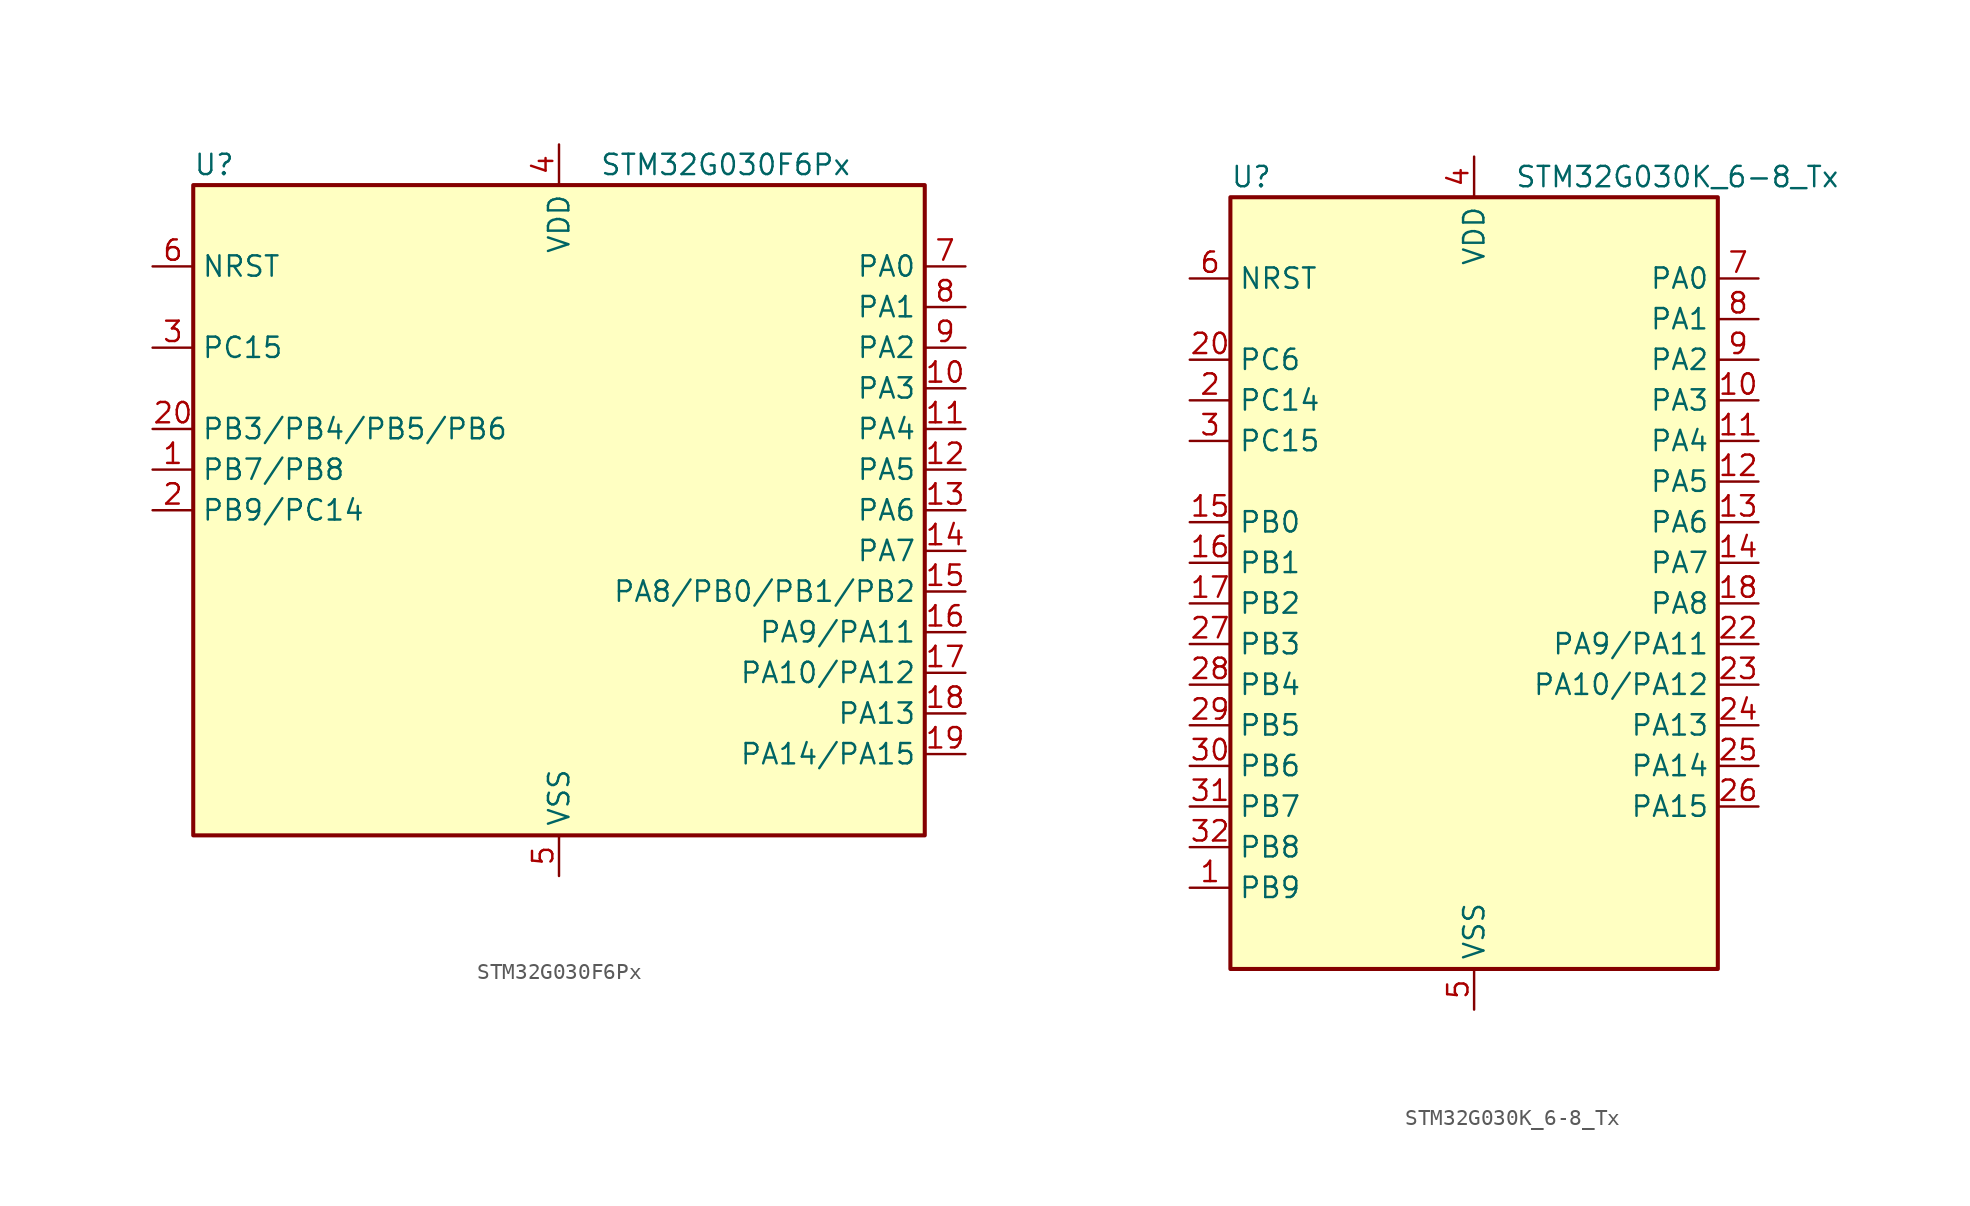
<source format=kicad_sym>
(kicad_symbol_lib
  (version 20231120)
  (generator "kicad-library-utils")
  (generator_version "8.0")
  (symbol "STM32G030F6Px"
    (property "Reference" "U"
      (at -22.86 21.59 0)
      (effects (font (size 1.27 1.27)) (justify left)))
    (property "Value" "STM32G030F6Px"
      (at 2.54 21.59 0)
      (effects (font (size 1.27 1.27)) (justify left)))
    (symbol "STM32G030F6Px_0_1"
      (rectangle (start -22.86 -20.32) (end 22.86 20.32) (stroke (width 0.254) (type default)) (fill (type background))))
    (symbol "STM32G030F6Px_1_1"
      (pin bidirectional line (at -25.4 2.54 0) (length 2.54) (name "PB7/PB8" (effects (font (size 1.27 1.27)))) (number "1" (effects (font (size 1.27 1.27)))) (alternate "PB7" bidirectional line) (alternate "ADC1_IN11 (PB7)" bidirectional line) (alternate "I2C1_SDA (PB7)" bidirectional line) (alternate "SPI2_MOSI (PB7)" bidirectional line) (alternate "SYS_PVD_IN (PB7)" bidirectional line) (alternate "TIM17_CH1N (PB7)" bidirectional line) (alternate "USART1_RX (PB7)" bidirectional line) (alternate "PB8" bidirectional line) (alternate "I2C1_SCL (PB8)" bidirectional line) (alternate "SPI2_SCK (PB8)" bidirectional line) (alternate "TIM16_CH1 (PB8)" bidirectional line))
      (pin bidirectional line (at 25.4 7.62 180) (length 2.54) (name "PA3" (effects (font (size 1.27 1.27)))) (number "10" (effects (font (size 1.27 1.27)))) (alternate "ADC1_IN3" bidirectional line) (alternate "SPI2_MISO" bidirectional line) (alternate "USART2_RX" bidirectional line))
      (pin bidirectional line (at 25.4 5.08 180) (length 2.54) (name "PA4" (effects (font (size 1.27 1.27)))) (number "11" (effects (font (size 1.27 1.27)))) (alternate "ADC1_IN4" bidirectional line) (alternate "I2S1_WS" bidirectional line) (alternate "RTC_OUT_ALARM" bidirectional line) (alternate "RTC_OUT_CALIB" bidirectional line) (alternate "RTC_TAMP_IN1" bidirectional line) (alternate "RTC_TS" bidirectional line) (alternate "SPI1_NSS" bidirectional line) (alternate "SPI2_MOSI" bidirectional line) (alternate "SYS_WKUP2" bidirectional line) (alternate "TIM14_CH1" bidirectional line))
      (pin bidirectional line (at 25.4 2.54 180) (length 2.54) (name "PA5" (effects (font (size 1.27 1.27)))) (number "12" (effects (font (size 1.27 1.27)))) (alternate "ADC1_IN5" bidirectional line) (alternate "I2S1_CK" bidirectional line) (alternate "SPI1_SCK" bidirectional line))
      (pin bidirectional line (at 25.4 0 180) (length 2.54) (name "PA6" (effects (font (size 1.27 1.27)))) (number "13" (effects (font (size 1.27 1.27)))) (alternate "ADC1_IN6" bidirectional line) (alternate "I2S1_MCK" bidirectional line) (alternate "SPI1_MISO" bidirectional line) (alternate "TIM16_CH1" bidirectional line) (alternate "TIM1_BK" bidirectional line) (alternate "TIM3_CH1" bidirectional line))
      (pin bidirectional line (at 25.4 -2.54 180) (length 2.54) (name "PA7" (effects (font (size 1.27 1.27)))) (number "14" (effects (font (size 1.27 1.27)))) (alternate "ADC1_IN7" bidirectional line) (alternate "I2S1_SD" bidirectional line) (alternate "SPI1_MOSI" bidirectional line) (alternate "TIM14_CH1" bidirectional line) (alternate "TIM17_CH1" bidirectional line) (alternate "TIM1_CH1N" bidirectional line) (alternate "TIM3_CH2" bidirectional line))
      (pin bidirectional line (at 25.4 -5.08 180) (length 2.54) (name "PA8/PB0/PB1/PB2" (effects (font (size 1.27 1.27)))) (number "15" (effects (font (size 1.27 1.27)))) (alternate "PA8" bidirectional line) (alternate "RCC_MCO (PA8)" bidirectional line) (alternate "SPI2_NSS (PA8)" bidirectional line) (alternate "TIM1_CH1 (PA8)" bidirectional line) (alternate "PB0" bidirectional line) (alternate "ADC1_IN8 (PB0)" bidirectional line) (alternate "I2S1_WS (PB0)" bidirectional line) (alternate "SPI1_NSS (PB0)" bidirectional line) (alternate "TIM1_CH2N (PB0)" bidirectional line) (alternate "TIM3_CH3 (PB0)" bidirectional line) (alternate "PB1" bidirectional line) (alternate "ADC1_IN9 (PB1)" bidirectional line) (alternate "TIM14_CH1 (PB1)" bidirectional line) (alternate "TIM1_CH3N (PB1)" bidirectional line) (alternate "TIM3_CH4 (PB1)" bidirectional line) (alternate "PB2" bidirectional line) (alternate "ADC1_IN10 (PB2)" bidirectional line) (alternate "SPI2_MISO (PB2)" bidirectional line))
      (pin bidirectional line (at 25.4 -7.62 180) (length 2.54) (name "PA9/PA11" (effects (font (size 1.27 1.27)))) (number "16" (effects (font (size 1.27 1.27)))) (alternate "PA9" bidirectional line) (alternate "I2C1_SCL (PA9)" bidirectional line) (alternate "RCC_MCO (PA9)" bidirectional line) (alternate "SPI2_MISO (PA9)" bidirectional line) (alternate "TIM1_CH2 (PA9)" bidirectional line) (alternate "USART1_TX (PA9)" bidirectional line) (alternate "PA11" bidirectional line) (alternate "ADC1_EXTI11 (PA11)" bidirectional line) (alternate "ADC1_IN15 (PA11)" bidirectional line) (alternate "I2C2_SCL (PA11)" bidirectional line) (alternate "I2S1_MCK (PA11)" bidirectional line) (alternate "SPI1_MISO (PA11)" bidirectional line) (alternate "TIM1_BK2 (PA11)" bidirectional line) (alternate "TIM1_CH4 (PA11)" bidirectional line) (alternate "USART1_CTS (PA11)" bidirectional line) (alternate "USART1_NSS (PA11)" bidirectional line))
      (pin bidirectional line (at 25.4 -10.16 180) (length 2.54) (name "PA10/PA12" (effects (font (size 1.27 1.27)))) (number "17" (effects (font (size 1.27 1.27)))) (alternate "PA10" bidirectional line) (alternate "I2C1_SDA (PA10)" bidirectional line) (alternate "SPI2_MOSI (PA10)" bidirectional line) (alternate "TIM17_BK (PA10)" bidirectional line) (alternate "TIM1_CH3 (PA10)" bidirectional line) (alternate "USART1_RX (PA10)" bidirectional line) (alternate "PA12" bidirectional line) (alternate "ADC1_IN16 (PA12)" bidirectional line) (alternate "I2C2_SDA (PA12)" bidirectional line) (alternate "I2S1_SD (PA12)" bidirectional line) (alternate "I2S_CKIN (PA12)" bidirectional line) (alternate "SPI1_MOSI (PA12)" bidirectional line) (alternate "TIM1_ETR (PA12)" bidirectional line) (alternate "USART1_CK (PA12)" bidirectional line) (alternate "USART1_DE (PA12)" bidirectional line) (alternate "USART1_RTS (PA12)" bidirectional line))
      (pin bidirectional line (at 25.4 -12.7 180) (length 2.54) (name "PA13" (effects (font (size 1.27 1.27)))) (number "18" (effects (font (size 1.27 1.27)))) (alternate "ADC1_IN17" bidirectional line) (alternate "IR_OUT" bidirectional line) (alternate "SYS_SWDIO" bidirectional line))
      (pin bidirectional line (at 25.4 -15.24 180) (length 2.54) (name "PA14/PA15" (effects (font (size 1.27 1.27)))) (number "19" (effects (font (size 1.27 1.27)))) (alternate "PA14" bidirectional line) (alternate "ADC1_IN18 (PA14)" bidirectional line) (alternate "SYS_SWCLK (PA14)" bidirectional line) (alternate "USART2_TX (PA14)" bidirectional line) (alternate "PA15" bidirectional line) (alternate "I2S1_WS (PA15)" bidirectional line) (alternate "SPI1_NSS (PA15)" bidirectional line) (alternate "USART2_RX (PA15)" bidirectional line))
      (pin bidirectional line (at -25.4 0 0) (length 2.54) (name "PB9/PC14" (effects (font (size 1.27 1.27)))) (number "2" (effects (font (size 1.27 1.27)))) (alternate "PB9" bidirectional line) (alternate "I2C1_SDA (PB9)" bidirectional line) (alternate "IR_OUT (PB9)" bidirectional line) (alternate "SPI2_NSS (PB9)" bidirectional line) (alternate "TIM17_CH1 (PB9)" bidirectional line) (alternate "PC14" bidirectional line) (alternate "RCC_OSC32_IN (PC14)" bidirectional line) (alternate "RCC_OSC_IN (PC14)" bidirectional line) (alternate "TIM1_BK2 (PC14)" bidirectional line))
      (pin bidirectional line (at -25.4 5.08 0) (length 2.54) (name "PB3/PB4/PB5/PB6" (effects (font (size 1.27 1.27)))) (number "20" (effects (font (size 1.27 1.27)))) (alternate "PB3" bidirectional line) (alternate "I2S1_CK (PB3)" bidirectional line) (alternate "SPI1_SCK (PB3)" bidirectional line) (alternate "TIM1_CH2 (PB3)" bidirectional line) (alternate "USART1_CK (PB3)" bidirectional line) (alternate "USART1_DE (PB3)" bidirectional line) (alternate "USART1_RTS (PB3)" bidirectional line) (alternate "PB4" bidirectional line) (alternate "I2S1_MCK (PB4)" bidirectional line) (alternate "SPI1_MISO (PB4)" bidirectional line) (alternate "TIM17_BK (PB4)" bidirectional line) (alternate "TIM3_CH1 (PB4)" bidirectional line) (alternate "USART1_CTS (PB4)" bidirectional line) (alternate "USART1_NSS (PB4)" bidirectional line) (alternate "PB5" bidirectional line) (alternate "I2C1_SMBA (PB5)" bidirectional line) (alternate "I2S1_SD (PB5)" bidirectional line) (alternate "SPI1_MOSI (PB5)" bidirectional line) (alternate "SYS_WKUP6 (PB5)" bidirectional line) (alternate "TIM16_BK (PB5)" bidirectional line) (alternate "TIM3_CH2 (PB5)" bidirectional line) (alternate "PB6" bidirectional line) (alternate "I2C1_SCL (PB6)" bidirectional line) (alternate "SPI2_MISO (PB6)" bidirectional line) (alternate "TIM16_CH1N (PB6)" bidirectional line) (alternate "TIM1_CH3 (PB6)" bidirectional line) (alternate "USART1_TX (PB6)" bidirectional line))
      (pin bidirectional line (at -25.4 10.16 0) (length 2.54) (name "PC15" (effects (font (size 1.27 1.27)))) (number "3" (effects (font (size 1.27 1.27)))) (alternate "RCC_OSC32_EN" bidirectional line) (alternate "RCC_OSC32_OUT" bidirectional line) (alternate "RCC_OSC_EN" bidirectional line))
      (pin power_in line (at 0 22.86 270) (length 2.54) (name "VDD" (effects (font (size 1.27 1.27)))) (number "4" (effects (font (size 1.27 1.27)))))
      (pin power_in line (at 0 -22.86 90) (length 2.54) (name "VSS" (effects (font (size 1.27 1.27)))) (number "5" (effects (font (size 1.27 1.27)))))
      (pin input line (at -25.4 15.24 0) (length 2.54) (name "NRST" (effects (font (size 1.27 1.27)))) (number "6" (effects (font (size 1.27 1.27)))))
      (pin bidirectional line (at 25.4 15.24 180) (length 2.54) (name "PA0" (effects (font (size 1.27 1.27)))) (number "7" (effects (font (size 1.27 1.27)))) (alternate "ADC1_IN0" bidirectional line) (alternate "RTC_TAMP_IN2" bidirectional line) (alternate "SPI2_SCK" bidirectional line) (alternate "SYS_WKUP1" bidirectional line) (alternate "USART2_CTS" bidirectional line) (alternate "USART2_NSS" bidirectional line))
      (pin bidirectional line (at 25.4 12.7 180) (length 2.54) (name "PA1" (effects (font (size 1.27 1.27)))) (number "8" (effects (font (size 1.27 1.27)))) (alternate "ADC1_IN1" bidirectional line) (alternate "I2C1_SMBA" bidirectional line) (alternate "I2S1_CK" bidirectional line) (alternate "SPI1_SCK" bidirectional line) (alternate "USART2_CK" bidirectional line) (alternate "USART2_DE" bidirectional line) (alternate "USART2_RTS" bidirectional line))
      (pin bidirectional line (at 25.4 10.16 180) (length 2.54) (name "PA2" (effects (font (size 1.27 1.27)))) (number "9" (effects (font (size 1.27 1.27)))) (alternate "ADC1_IN2" bidirectional line) (alternate "I2S1_SD" bidirectional line) (alternate "RCC_LSCO" bidirectional line) (alternate "SPI1_MOSI" bidirectional line) (alternate "SYS_WKUP4" bidirectional line) (alternate "USART2_TX" bidirectional line))))
  (symbol "STM32G030K_6-8_Tx"
    (property "Reference" "U"
      (at -15.24 26.67 0)
      (effects (font (size 1.27 1.27)) (justify left)))
    (property "Value" "STM32G030K_6-8_Tx"
      (at 2.54 26.67 0)
      (effects (font (size 1.27 1.27)) (justify left)))
    (symbol "STM32G030K_6-8_Tx_0_1"
      (rectangle (start -15.24 -22.86) (end 15.24 25.4) (stroke (width 0.254) (type default)) (fill (type background))))
    (symbol "STM32G030K_6-8_Tx_1_1"
      (pin bidirectional line (at -17.78 -17.78 0) (length 2.54) (name "PB9" (effects (font (size 1.27 1.27)))) (number "1" (effects (font (size 1.27 1.27)))) (alternate "I2C1_SDA" bidirectional line) (alternate "IR_OUT" bidirectional line) (alternate "SPI2_NSS" bidirectional line) (alternate "TIM17_CH1" bidirectional line))
      (pin bidirectional line (at 17.78 12.7 180) (length 2.54) (name "PA3" (effects (font (size 1.27 1.27)))) (number "10" (effects (font (size 1.27 1.27)))) (alternate "ADC1_IN3" bidirectional line) (alternate "SPI2_MISO" bidirectional line) (alternate "USART2_RX" bidirectional line))
      (pin bidirectional line (at 17.78 10.16 180) (length 2.54) (name "PA4" (effects (font (size 1.27 1.27)))) (number "11" (effects (font (size 1.27 1.27)))) (alternate "ADC1_IN4" bidirectional line) (alternate "I2S1_WS" bidirectional line) (alternate "RTC_OUT_ALARM" bidirectional line) (alternate "RTC_OUT_CALIB" bidirectional line) (alternate "RTC_TAMP_IN1" bidirectional line) (alternate "RTC_TS" bidirectional line) (alternate "SPI1_NSS" bidirectional line) (alternate "SPI2_MOSI" bidirectional line) (alternate "SYS_WKUP2" bidirectional line) (alternate "TIM14_CH1" bidirectional line))
      (pin bidirectional line (at 17.78 7.62 180) (length 2.54) (name "PA5" (effects (font (size 1.27 1.27)))) (number "12" (effects (font (size 1.27 1.27)))) (alternate "ADC1_IN5" bidirectional line) (alternate "I2S1_CK" bidirectional line) (alternate "SPI1_SCK" bidirectional line))
      (pin bidirectional line (at 17.78 5.08 180) (length 2.54) (name "PA6" (effects (font (size 1.27 1.27)))) (number "13" (effects (font (size 1.27 1.27)))) (alternate "ADC1_IN6" bidirectional line) (alternate "I2S1_MCK" bidirectional line) (alternate "SPI1_MISO" bidirectional line) (alternate "TIM16_CH1" bidirectional line) (alternate "TIM1_BK" bidirectional line) (alternate "TIM3_CH1" bidirectional line))
      (pin bidirectional line (at 17.78 2.54 180) (length 2.54) (name "PA7" (effects (font (size 1.27 1.27)))) (number "14" (effects (font (size 1.27 1.27)))) (alternate "ADC1_IN7" bidirectional line) (alternate "I2S1_SD" bidirectional line) (alternate "SPI1_MOSI" bidirectional line) (alternate "TIM14_CH1" bidirectional line) (alternate "TIM17_CH1" bidirectional line) (alternate "TIM1_CH1N" bidirectional line) (alternate "TIM3_CH2" bidirectional line))
      (pin bidirectional line (at -17.78 5.08 0) (length 2.54) (name "PB0" (effects (font (size 1.27 1.27)))) (number "15" (effects (font (size 1.27 1.27)))) (alternate "ADC1_IN8" bidirectional line) (alternate "I2S1_WS" bidirectional line) (alternate "SPI1_NSS" bidirectional line) (alternate "TIM1_CH2N" bidirectional line) (alternate "TIM3_CH3" bidirectional line))
      (pin bidirectional line (at -17.78 2.54 0) (length 2.54) (name "PB1" (effects (font (size 1.27 1.27)))) (number "16" (effects (font (size 1.27 1.27)))) (alternate "ADC1_IN9" bidirectional line) (alternate "TIM14_CH1" bidirectional line) (alternate "TIM1_CH3N" bidirectional line) (alternate "TIM3_CH4" bidirectional line))
      (pin bidirectional line (at -17.78 0 0) (length 2.54) (name "PB2" (effects (font (size 1.27 1.27)))) (number "17" (effects (font (size 1.27 1.27)))) (alternate "ADC1_IN10" bidirectional line) (alternate "SPI2_MISO" bidirectional line))
      (pin bidirectional line (at 17.78 0 180) (length 2.54) (name "PA8" (effects (font (size 1.27 1.27)))) (number "18" (effects (font (size 1.27 1.27)))) (alternate "RCC_MCO" bidirectional line) (alternate "SPI2_NSS" bidirectional line) (alternate "TIM1_CH1" bidirectional line))
      (pin no_connect line (at -15.24 -22.86 0) (length 2.54) hide (name "NC/PA9" (effects (font (size 1.27 1.27)))) (number "19" (effects (font (size 1.27 1.27)))) (alternate "NC" bidirectional line) (alternate "PA9" bidirectional line) (alternate "I2C1_SCL (PA9)" bidirectional line) (alternate "RCC_MCO (PA9)" bidirectional line) (alternate "SPI2_MISO (PA9)" bidirectional line) (alternate "TIM1_CH2 (PA9)" bidirectional line) (alternate "USART1_TX (PA9)" bidirectional line))
      (pin bidirectional line (at -17.78 12.7 0) (length 2.54) (name "PC14" (effects (font (size 1.27 1.27)))) (number "2" (effects (font (size 1.27 1.27)))) (alternate "RCC_OSC32_IN" bidirectional line) (alternate "RCC_OSC_IN" bidirectional line) (alternate "TIM1_BK2" bidirectional line))
      (pin bidirectional line (at -17.78 15.24 0) (length 2.54) (name "PC6" (effects (font (size 1.27 1.27)))) (number "20" (effects (font (size 1.27 1.27)))) (alternate "TIM3_CH1" bidirectional line))
      (pin no_connect line (at -15.24 -20.32 0) (length 2.54) hide (name "NC/PA10" (effects (font (size 1.27 1.27)))) (number "21" (effects (font (size 1.27 1.27)))) (alternate "NC" bidirectional line) (alternate "PA10" bidirectional line) (alternate "I2C1_SDA (PA10)" bidirectional line) (alternate "SPI2_MOSI (PA10)" bidirectional line) (alternate "TIM17_BK (PA10)" bidirectional line) (alternate "TIM1_CH3 (PA10)" bidirectional line) (alternate "USART1_RX (PA10)" bidirectional line))
      (pin bidirectional line (at 17.78 -2.54 180) (length 2.54) (name "PA9/PA11" (effects (font (size 1.27 1.27)))) (number "22" (effects (font (size 1.27 1.27)))) (alternate "PA9" bidirectional line) (alternate "I2C1_SCL (PA9)" bidirectional line) (alternate "RCC_MCO (PA9)" bidirectional line) (alternate "SPI2_MISO (PA9)" bidirectional line) (alternate "TIM1_CH2 (PA9)" bidirectional line) (alternate "USART1_TX (PA9)" bidirectional line) (alternate "PA11" bidirectional line) (alternate "ADC1_EXTI11 (PA11)" bidirectional line) (alternate "ADC1_IN15 (PA11)" bidirectional line) (alternate "I2C2_SCL (PA11)" bidirectional line) (alternate "I2S1_MCK (PA11)" bidirectional line) (alternate "SPI1_MISO (PA11)" bidirectional line) (alternate "TIM1_BK2 (PA11)" bidirectional line) (alternate "TIM1_CH4 (PA11)" bidirectional line) (alternate "USART1_CTS (PA11)" bidirectional line) (alternate "USART1_NSS (PA11)" bidirectional line))
      (pin bidirectional line (at 17.78 -5.08 180) (length 2.54) (name "PA10/PA12" (effects (font (size 1.27 1.27)))) (number "23" (effects (font (size 1.27 1.27)))) (alternate "PA10" bidirectional line) (alternate "I2C1_SDA (PA10)" bidirectional line) (alternate "SPI2_MOSI (PA10)" bidirectional line) (alternate "TIM17_BK (PA10)" bidirectional line) (alternate "TIM1_CH3 (PA10)" bidirectional line) (alternate "USART1_RX (PA10)" bidirectional line) (alternate "PA12" bidirectional line) (alternate "ADC1_IN16 (PA12)" bidirectional line) (alternate "I2C2_SDA (PA12)" bidirectional line) (alternate "I2S1_SD (PA12)" bidirectional line) (alternate "I2S_CKIN (PA12)" bidirectional line) (alternate "SPI1_MOSI (PA12)" bidirectional line) (alternate "TIM1_ETR (PA12)" bidirectional line) (alternate "USART1_CK (PA12)" bidirectional line) (alternate "USART1_DE (PA12)" bidirectional line) (alternate "USART1_RTS (PA12)" bidirectional line))
      (pin bidirectional line (at 17.78 -7.62 180) (length 2.54) (name "PA13" (effects (font (size 1.27 1.27)))) (number "24" (effects (font (size 1.27 1.27)))) (alternate "ADC1_IN17" bidirectional line) (alternate "IR_OUT" bidirectional line) (alternate "SYS_SWDIO" bidirectional line))
      (pin bidirectional line (at 17.78 -10.16 180) (length 2.54) (name "PA14" (effects (font (size 1.27 1.27)))) (number "25" (effects (font (size 1.27 1.27)))) (alternate "ADC1_IN18" bidirectional line) (alternate "SYS_SWCLK" bidirectional line) (alternate "USART2_TX" bidirectional line))
      (pin bidirectional line (at 17.78 -12.7 180) (length 2.54) (name "PA15" (effects (font (size 1.27 1.27)))) (number "26" (effects (font (size 1.27 1.27)))) (alternate "I2S1_WS" bidirectional line) (alternate "SPI1_NSS" bidirectional line) (alternate "USART2_RX" bidirectional line))
      (pin bidirectional line (at -17.78 -2.54 0) (length 2.54) (name "PB3" (effects (font (size 1.27 1.27)))) (number "27" (effects (font (size 1.27 1.27)))) (alternate "I2S1_CK" bidirectional line) (alternate "SPI1_SCK" bidirectional line) (alternate "TIM1_CH2" bidirectional line) (alternate "USART1_CK" bidirectional line) (alternate "USART1_DE" bidirectional line) (alternate "USART1_RTS" bidirectional line))
      (pin bidirectional line (at -17.78 -5.08 0) (length 2.54) (name "PB4" (effects (font (size 1.27 1.27)))) (number "28" (effects (font (size 1.27 1.27)))) (alternate "I2S1_MCK" bidirectional line) (alternate "SPI1_MISO" bidirectional line) (alternate "TIM17_BK" bidirectional line) (alternate "TIM3_CH1" bidirectional line) (alternate "USART1_CTS" bidirectional line) (alternate "USART1_NSS" bidirectional line))
      (pin bidirectional line (at -17.78 -7.62 0) (length 2.54) (name "PB5" (effects (font (size 1.27 1.27)))) (number "29" (effects (font (size 1.27 1.27)))) (alternate "I2C1_SMBA" bidirectional line) (alternate "I2S1_SD" bidirectional line) (alternate "SPI1_MOSI" bidirectional line) (alternate "SYS_WKUP6" bidirectional line) (alternate "TIM16_BK" bidirectional line) (alternate "TIM3_CH2" bidirectional line))
      (pin bidirectional line (at -17.78 10.16 0) (length 2.54) (name "PC15" (effects (font (size 1.27 1.27)))) (number "3" (effects (font (size 1.27 1.27)))) (alternate "RCC_OSC32_EN" bidirectional line) (alternate "RCC_OSC32_OUT" bidirectional line) (alternate "RCC_OSC_EN" bidirectional line))
      (pin bidirectional line (at -17.78 -10.16 0) (length 2.54) (name "PB6" (effects (font (size 1.27 1.27)))) (number "30" (effects (font (size 1.27 1.27)))) (alternate "I2C1_SCL" bidirectional line) (alternate "SPI2_MISO" bidirectional line) (alternate "TIM16_CH1N" bidirectional line) (alternate "TIM1_CH3" bidirectional line) (alternate "USART1_TX" bidirectional line))
      (pin bidirectional line (at -17.78 -12.7 0) (length 2.54) (name "PB7" (effects (font (size 1.27 1.27)))) (number "31" (effects (font (size 1.27 1.27)))) (alternate "ADC1_IN11" bidirectional line) (alternate "I2C1_SDA" bidirectional line) (alternate "SPI2_MOSI" bidirectional line) (alternate "SYS_PVD_IN" bidirectional line) (alternate "TIM17_CH1N" bidirectional line) (alternate "USART1_RX" bidirectional line))
      (pin bidirectional line (at -17.78 -15.24 0) (length 2.54) (name "PB8" (effects (font (size 1.27 1.27)))) (number "32" (effects (font (size 1.27 1.27)))) (alternate "I2C1_SCL" bidirectional line) (alternate "SPI2_SCK" bidirectional line) (alternate "TIM16_CH1" bidirectional line))
      (pin power_in line (at 0 27.94 270) (length 2.54) (name "VDD" (effects (font (size 1.27 1.27)))) (number "4" (effects (font (size 1.27 1.27)))))
      (pin power_in line (at 0 -25.4 90) (length 2.54) (name "VSS" (effects (font (size 1.27 1.27)))) (number "5" (effects (font (size 1.27 1.27)))))
      (pin input line (at -17.78 20.32 0) (length 2.54) (name "NRST" (effects (font (size 1.27 1.27)))) (number "6" (effects (font (size 1.27 1.27)))))
      (pin bidirectional line (at 17.78 20.32 180) (length 2.54) (name "PA0" (effects (font (size 1.27 1.27)))) (number "7" (effects (font (size 1.27 1.27)))) (alternate "ADC1_IN0" bidirectional line) (alternate "RTC_TAMP_IN2" bidirectional line) (alternate "SPI2_SCK" bidirectional line) (alternate "SYS_WKUP1" bidirectional line) (alternate "USART2_CTS" bidirectional line) (alternate "USART2_NSS" bidirectional line))
      (pin bidirectional line (at 17.78 17.78 180) (length 2.54) (name "PA1" (effects (font (size 1.27 1.27)))) (number "8" (effects (font (size 1.27 1.27)))) (alternate "ADC1_IN1" bidirectional line) (alternate "I2C1_SMBA" bidirectional line) (alternate "I2S1_CK" bidirectional line) (alternate "SPI1_SCK" bidirectional line) (alternate "USART2_CK" bidirectional line) (alternate "USART2_DE" bidirectional line) (alternate "USART2_RTS" bidirectional line))
      (pin bidirectional line (at 17.78 15.24 180) (length 2.54) (name "PA2" (effects (font (size 1.27 1.27)))) (number "9" (effects (font (size 1.27 1.27)))) (alternate "ADC1_IN2" bidirectional line) (alternate "I2S1_SD" bidirectional line) (alternate "RCC_LSCO" bidirectional line) (alternate "SPI1_MOSI" bidirectional line) (alternate "SYS_WKUP4" bidirectional line) (alternate "USART2_TX" bidirectional line)))))
</source>
